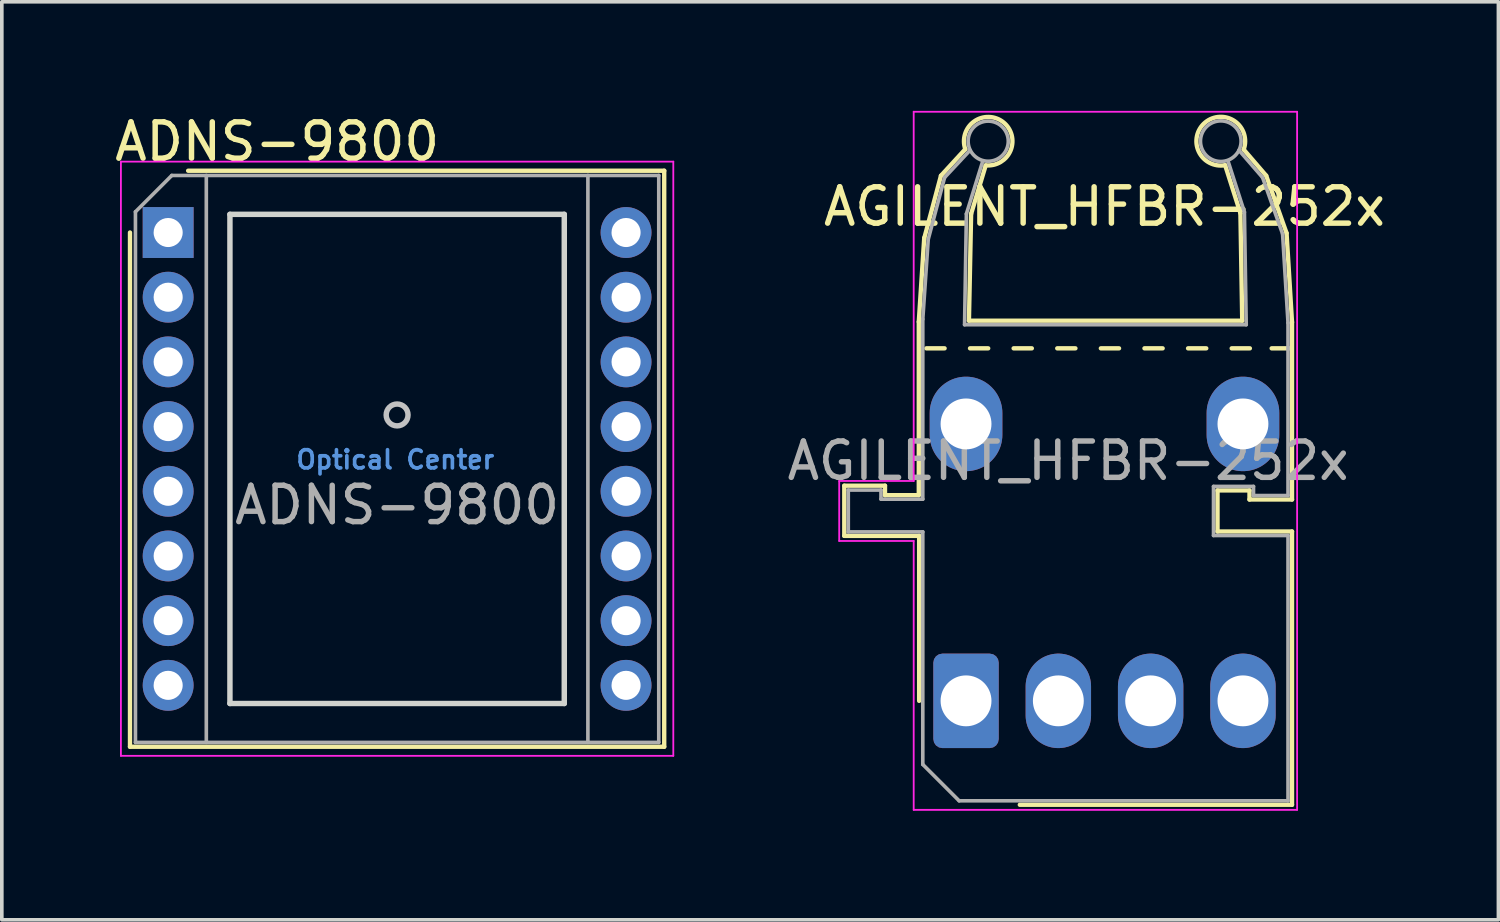
<source format=kicad_pcb>
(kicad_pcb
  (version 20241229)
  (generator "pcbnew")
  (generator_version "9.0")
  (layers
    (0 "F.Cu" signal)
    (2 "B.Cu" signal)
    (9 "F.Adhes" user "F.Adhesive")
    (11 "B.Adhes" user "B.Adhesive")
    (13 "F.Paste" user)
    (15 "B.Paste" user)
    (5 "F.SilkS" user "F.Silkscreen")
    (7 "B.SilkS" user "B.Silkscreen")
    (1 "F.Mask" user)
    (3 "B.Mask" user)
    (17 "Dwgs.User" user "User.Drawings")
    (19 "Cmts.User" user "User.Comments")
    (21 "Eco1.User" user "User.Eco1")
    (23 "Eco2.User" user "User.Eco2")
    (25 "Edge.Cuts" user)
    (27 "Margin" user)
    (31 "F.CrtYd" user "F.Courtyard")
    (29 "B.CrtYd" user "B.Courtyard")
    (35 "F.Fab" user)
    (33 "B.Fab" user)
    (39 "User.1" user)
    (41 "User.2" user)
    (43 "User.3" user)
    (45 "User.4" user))
  (footprint "ADNS-9800"
    (layer "F.Cu")
    (at 1.577 3.348)
    (property "Reference" "ADNS-9800" (at 3 -2.5 180) (layer "F.SilkS") (effects (font (size 1 1) (thickness 0.15))))
    (attr through_hole)
    (fp_line (start -1.05 14.15) (end -1.05 0) (stroke (width 0.12) (type solid)) (layer "F.SilkS"))
    (fp_line (start 0.55 -1.7) (end 13.65 -1.7) (stroke (width 0.12) (type solid)) (layer "F.SilkS"))
    (fp_line (start 13.65 -1.7) (end 13.65 14.15) (stroke (width 0.12) (type solid)) (layer "F.SilkS"))
    (fp_line (start 13.65 14.15) (end -1.05 14.15) (stroke (width 0.12) (type solid)) (layer "F.SilkS"))
    (fp_circle (center 6.3 5.02) (end 6 5) (stroke (width 0.15) (type solid)) (fill no) (layer "Dwgs.User"))
    (fp_line (start 1.7 -0.5) (end 10.9 -0.5) (stroke (width 0.15) (type solid)) (layer "Edge.Cuts"))
    (fp_line (start 1.7 12.96) (end 1.7 -0.5) (stroke (width 0.15) (type solid)) (layer "Edge.Cuts"))
    (fp_line (start 10.9 -0.5) (end 10.9 12.96) (stroke (width 0.15) (type solid)) (layer "Edge.Cuts"))
    (fp_line (start 10.9 12.96) (end 1.7 12.96) (stroke (width 0.15) (type solid)) (layer "Edge.Cuts"))
    (fp_line (start -1.3 -1.95) (end 13.9 -1.95) (stroke (width 0.05) (type solid)) (layer "F.CrtYd"))
    (fp_line (start -1.3 14.4) (end -1.3 -1.95) (stroke (width 0.05) (type solid)) (layer "F.CrtYd"))
    (fp_line (start 13.9 -1.95) (end 13.9 14.4) (stroke (width 0.05) (type solid)) (layer "F.CrtYd"))
    (fp_line (start 13.9 14.4) (end -1.3 14.4) (stroke (width 0.05) (type solid)) (layer "F.CrtYd"))
    (fp_line (start -0.9 14.03) (end -0.9 -0.57) (stroke (width 0.1) (type solid)) (layer "F.Fab"))
    (fp_line (start 0.1 -1.57) (end -0.9 -0.57) (stroke (width 0.1) (type solid)) (layer "F.Fab"))
    (fp_line (start 0.1 -1.57) (end 13.5 -1.57) (stroke (width 0.1) (type solid)) (layer "F.Fab"))
    (fp_line (start 1.05 -1.57) (end 1.05 14.03) (stroke (width 0.1) (type solid)) (layer "F.Fab"))
    (fp_line (start 11.55 -1.57) (end 11.55 14.03) (stroke (width 0.1) (type solid)) (layer "F.Fab"))
    (fp_line (start 13.5 -1.57) (end 13.5 14.03) (stroke (width 0.1) (type solid)) (layer "F.Fab"))
    (fp_line (start 13.5 14.03) (end -0.9 14.03) (stroke (width 0.1) (type solid)) (layer "F.Fab"))
    (fp_text user "Optical Center" (at 6.25 6.25 180) (layer "Cmts.User") (effects (font (size 0.5 0.5) (thickness 0.1))))
    (fp_text user "${REFERENCE}" (at 6.3 7.5 0) (layer "F.Fab") (effects (font (size 1 1) (thickness 0.15))))
    (pad "1" thru_hole rect (at 0 0) (size 1.4 1.4) (drill 0.8) (layers "*.Cu" "*.Mask"))
    (pad "2" thru_hole circle (at 0 1.78) (size 1.4 1.4) (drill 0.8) (layers "*.Cu" "*.Mask"))
    (pad "3" thru_hole circle (at 0 3.56) (size 1.4 1.4) (drill 0.8) (layers "*.Cu" "*.Mask"))
    (pad "4" thru_hole circle (at 0 5.34) (size 1.4 1.4) (drill 0.8) (layers "*.Cu" "*.Mask"))
    (pad "5" thru_hole circle (at 0 7.12) (size 1.4 1.4) (drill 0.8) (layers "*.Cu" "*.Mask"))
    (pad "6" thru_hole circle (at 0 8.9) (size 1.4 1.4) (drill 0.8) (layers "*.Cu" "*.Mask"))
    (pad "7" thru_hole circle (at 0 10.68) (size 1.4 1.4) (drill 0.8) (layers "*.Cu" "*.Mask"))
    (pad "8" thru_hole circle (at 0 12.46) (size 1.4 1.4) (drill 0.8) (layers "*.Cu" "*.Mask"))
    (pad "9" thru_hole circle (at 12.6 12.46) (size 1.4 1.4) (drill 0.8) (layers "*.Cu" "*.Mask"))
    (pad "10" thru_hole circle (at 12.6 10.68) (size 1.4 1.4) (drill 0.8) (layers "*.Cu" "*.Mask"))
    (pad "11" thru_hole circle (at 12.6 8.9) (size 1.4 1.4) (drill 0.8) (layers "*.Cu" "*.Mask"))
    (pad "12" thru_hole circle (at 12.6 7.12) (size 1.4 1.4) (drill 0.8) (layers "*.Cu" "*.Mask"))
    (pad "13" thru_hole circle (at 12.6 5.34) (size 1.4 1.4) (drill 0.8) (layers "*.Cu" "*.Mask"))
    (pad "14" thru_hole circle (at 12.6 3.56) (size 1.4 1.4) (drill 0.8) (layers "*.Cu" "*.Mask"))
    (pad "15" thru_hole circle (at 12.6 1.78) (size 1.4 1.4) (drill 0.8) (layers "*.Cu" "*.Mask"))
    (pad "16" thru_hole circle (at 12.6 0) (size 1.4 1.4) (drill 0.8) (layers "*.Cu" "*.Mask")))
  (footprint "AGILENT_HFBR-252x"
    (layer "F.Cu")
    (at 23.532 16.235)
    (property "Reference" "AGILENT_HFBR-252x" (at 3.81 -13.6 0) (layer "F.SilkS") (effects (font (size 1 1) (thickness 0.15))))
    (attr through_hole)
    (fp_line (start -3.35 -5.92) (end -2.23 -5.92) (stroke (width 0.12) (type solid)) (layer "F.SilkS"))
    (fp_line (start -3.35 -4.54) (end -3.35 -5.92) (stroke (width 0.12) (type solid)) (layer "F.SilkS"))
    (fp_line (start -2.23 -5.66) (end -2.23 -5.92) (stroke (width 0.12) (type solid)) (layer "F.SilkS"))
    (fp_line (start -2.23 -5.66) (end -1.3 -5.66) (stroke (width 0.12) (type solid)) (layer "F.SilkS"))
    (fp_line (start -1.3 -10.43) (end -1.15 -12.74) (stroke (width 0.12) (type solid)) (layer "F.SilkS"))
    (fp_line (start -1.3 -5.66) (end -1.3 -10.43) (stroke (width 0.12) (type solid)) (layer "F.SilkS"))
    (fp_line (start -1.29 -4.54) (end -3.35 -4.54) (stroke (width 0.12) (type solid)) (layer "F.SilkS"))
    (fp_line (start -1.29 -4.54) (end -1.29 0.000043) (stroke (width 0.12) (type solid)) (layer "F.SilkS"))
    (fp_line (start -1.15 -12.73) (end -0.69 -14.45) (stroke (width 0.12) (type solid)) (layer "F.SilkS"))
    (fp_line (start -0.69 -14.45) (end -0.02 -15.18) (stroke (width 0.12) (type solid)) (layer "F.SilkS"))
    (fp_line (start -0.59 -9.7) (end -1.09 -9.7) (stroke (width 0.12) (type solid)) (layer "F.SilkS"))
    (fp_line (start 0.08 -10.46) (end 0.14 -13.4) (stroke (width 0.12) (type solid)) (layer "F.SilkS"))
    (fp_line (start 0.14 -13.4) (end 0.54 -14.73) (stroke (width 0.12) (type solid)) (layer "F.SilkS"))
    (fp_line (start 0.61 -9.7) (end 0.11 -9.7) (stroke (width 0.12) (type solid)) (layer "F.SilkS"))
    (fp_line (start 1.48 2.86) (end 8.97 2.86) (stroke (width 0.12) (type solid)) (layer "F.SilkS"))
    (fp_line (start 1.81 -9.7) (end 1.31 -9.7) (stroke (width 0.12) (type solid)) (layer "F.SilkS"))
    (fp_line (start 3.01 -9.7) (end 2.51 -9.7) (stroke (width 0.12) (type solid)) (layer "F.SilkS"))
    (fp_line (start 4.21 -9.7) (end 3.71 -9.7) (stroke (width 0.12) (type solid)) (layer "F.SilkS"))
    (fp_line (start 5.41 -9.7) (end 4.91 -9.7) (stroke (width 0.12) (type solid)) (layer "F.SilkS"))
    (fp_line (start 6.61 -9.7) (end 6.11 -9.7) (stroke (width 0.12) (type solid)) (layer "F.SilkS"))
    (fp_line (start 6.92 -5.79) (end 7.8 -5.79) (stroke (width 0.12) (type solid)) (layer "F.SilkS"))
    (fp_line (start 6.92 -4.66) (end 6.92 -5.79) (stroke (width 0.12) (type solid)) (layer "F.SilkS"))
    (fp_line (start 7.55 -13.42) (end 7.13 -14.74) (stroke (width 0.12) (type solid)) (layer "F.SilkS"))
    (fp_line (start 7.6 -10.46) (end 0.08 -10.46) (stroke (width 0.12) (type solid)) (layer "F.SilkS"))
    (fp_line (start 7.6 -10.46) (end 7.55 -13.42) (stroke (width 0.12) (type solid)) (layer "F.SilkS"))
    (fp_line (start 7.8 -5.54) (end 7.8 -5.79) (stroke (width 0.12) (type solid)) (layer "F.SilkS"))
    (fp_line (start 7.8 -5.54) (end 8.97 -5.54) (stroke (width 0.12) (type solid)) (layer "F.SilkS"))
    (fp_line (start 7.81 -9.7) (end 7.31 -9.7) (stroke (width 0.12) (type solid)) (layer "F.SilkS"))
    (fp_line (start 8.26 -14.45) (end 7.64 -15.17) (stroke (width 0.12) (type solid)) (layer "F.SilkS"))
    (fp_line (start 8.82 -12.87) (end 8.26 -14.45) (stroke (width 0.12) (type solid)) (layer "F.SilkS"))
    (fp_line (start 8.91 -9.7) (end 8.41 -9.7) (stroke (width 0.12) (type solid)) (layer "F.SilkS"))
    (fp_line (start 8.97 -10.42) (end 8.82 -12.87) (stroke (width 0.12) (type solid)) (layer "F.SilkS"))
    (fp_line (start 8.97 -5.54) (end 8.97 -10.42) (stroke (width 0.12) (type solid)) (layer "F.SilkS"))
    (fp_line (start 8.97 -4.66) (end 6.92 -4.66) (stroke (width 0.12) (type solid)) (layer "F.SilkS"))
    (fp_line (start 8.97 2.86) (end 8.97 -4.66) (stroke (width 0.12) (type solid)) (layer "F.SilkS"))
    (fp_arc (start -0.02 -15.18) (mid 1.024518 -15.922948) (end 0.53962 -14.736414) (stroke (width 0.12) (type solid)) (layer "F.SilkS"))
    (fp_arc (start 7.129973 -14.740147) (mid 6.577787 -15.912827) (end 7.64 -15.17) (stroke (width 0.12) (type solid)) (layer "F.SilkS"))
    (fp_line (start -3.49 -6.05) (end -3.49 -4.4) (stroke (width 0.05) (type solid)) (layer "F.CrtYd"))
    (fp_line (start -3.49 -4.4) (end -1.44 -4.4) (stroke (width 0.05) (type solid)) (layer "F.CrtYd"))
    (fp_line (start -1.44 -16.21) (end -1.44 -6.05) (stroke (width 0.05) (type solid)) (layer "F.CrtYd"))
    (fp_line (start -1.44 -16.21) (end 9.11 -16.21) (stroke (width 0.05) (type solid)) (layer "F.CrtYd"))
    (fp_line (start -1.44 -6.05) (end -3.49 -6.05) (stroke (width 0.05) (type solid)) (layer "F.CrtYd"))
    (fp_line (start -1.44 -4.4) (end -1.44 3) (stroke (width 0.05) (type solid)) (layer "F.CrtYd"))
    (fp_line (start 9.11 3) (end -1.44 3) (stroke (width 0.05) (type solid)) (layer "F.CrtYd"))
    (fp_line (start 9.11 3) (end 9.11 -16.21) (stroke (width 0.05) (type solid)) (layer "F.CrtYd"))
    (fp_line (start -3.24 -5.8) (end -3.24 -4.65) (stroke (width 0.1) (type solid)) (layer "F.Fab"))
    (fp_line (start -3.24 -4.65) (end -1.19 -4.65) (stroke (width 0.1) (type solid)) (layer "F.Fab"))
    (fp_line (start -2.34 -5.8) (end -3.24 -5.8) (stroke (width 0.1) (type solid)) (layer "F.Fab"))
    (fp_line (start -2.34 -5.55) (end -2.34 -5.8) (stroke (width 0.1) (type solid)) (layer "F.Fab"))
    (fp_line (start -1.19 -10.5) (end -1.19 -5.55) (stroke (width 0.1) (type solid)) (layer "F.Fab"))
    (fp_line (start -1.19 -5.55) (end -2.34 -5.55) (stroke (width 0.1) (type solid)) (layer "F.Fab"))
    (fp_line (start -1.19 -4.65) (end -1.19 1.75) (stroke (width 0.1) (type solid)) (layer "F.Fab"))
    (fp_line (start -1.04 -12.7) (end -1.19 -10.5) (stroke (width 0.1) (type solid)) (layer "F.Fab"))
    (fp_line (start -0.59 -14.4) (end -1.04 -12.7) (stroke (width 0.1) (type solid)) (layer "F.Fab"))
    (fp_line (start -0.19 2.75) (end -1.19 1.75) (stroke (width 0.1) (type solid)) (layer "F.Fab"))
    (fp_line (start -0.19 2.75) (end 8.86 2.75) (stroke (width 0.1) (type solid)) (layer "F.Fab"))
    (fp_line (start -0.04 -10.35) (end 0.01 -13.4) (stroke (width 0.1) (type solid)) (layer "F.Fab"))
    (fp_line (start 0.01 -13.4) (end 0.46 -14.85) (stroke (width 0.1) (type solid)) (layer "F.Fab"))
    (fp_line (start 0.11 -15.15) (end -0.59 -14.4) (stroke (width 0.1) (type solid)) (layer "F.Fab"))
    (fp_line (start 6.81 -5.9) (end 7.91 -5.9) (stroke (width 0.1) (type solid)) (layer "F.Fab"))
    (fp_line (start 6.81 -4.55) (end 6.81 -5.9) (stroke (width 0.1) (type solid)) (layer "F.Fab"))
    (fp_line (start 7.21 -14.85) (end 7.66 -13.45) (stroke (width 0.1) (type solid)) (layer "F.Fab"))
    (fp_line (start 7.66 -13.45) (end 7.71 -10.35) (stroke (width 0.1) (type solid)) (layer "F.Fab"))
    (fp_line (start 7.71 -10.35) (end -0.04 -10.35) (stroke (width 0.1) (type solid)) (layer "F.Fab"))
    (fp_line (start 7.91 -5.9) (end 7.91 -5.65) (stroke (width 0.1) (type solid)) (layer "F.Fab"))
    (fp_line (start 7.91 -5.65) (end 8.86 -5.65) (stroke (width 0.1) (type solid)) (layer "F.Fab"))
    (fp_line (start 8.16 -14.4) (end 7.51 -15.15) (stroke (width 0.1) (type solid)) (layer "F.Fab"))
    (fp_line (start 8.71 -12.85) (end 8.16 -14.4) (stroke (width 0.1) (type solid)) (layer "F.Fab"))
    (fp_line (start 8.86 -10.4) (end 8.71 -12.85) (stroke (width 0.1) (type solid)) (layer "F.Fab"))
    (fp_line (start 8.86 -5.65) (end 8.86 -10.4) (stroke (width 0.1) (type solid)) (layer "F.Fab"))
    (fp_line (start 8.86 -4.55) (end 6.81 -4.55) (stroke (width 0.1) (type solid)) (layer "F.Fab"))
    (fp_line (start 8.86 2.75) (end 8.86 -4.55) (stroke (width 0.1) (type solid)) (layer "F.Fab"))
    (fp_circle (center 0.61 -15.4) (end 0.66 -14.85) (stroke (width 0.1) (type solid)) (fill no) (layer "F.Fab"))
    (fp_circle (center 7.01 -15.4) (end 7.51 -15.15) (stroke (width 0.1) (type solid)) (fill no) (layer "F.Fab"))
    (fp_text user "${REFERENCE}" (at 2.81 -6.605 0) (layer "F.Fab") (effects (font (size 1 1) (thickness 0.15))))
    (pad "1" thru_hole roundrect (at 0 0) (size 1.8 2.6) (drill 1.4) (layers "*.Cu" "*.Mask") (roundrect_rratio 0.139))
    (pad "2" thru_hole oval (at 2.54 0) (size 1.8 2.6) (drill 1.4) (layers "*.Cu" "*.Mask"))
    (pad "3" thru_hole oval (at 5.08 0) (size 1.8 2.6) (drill 1.4) (layers "*.Cu" "*.Mask"))
    (pad "4" thru_hole oval (at 7.62 0) (size 1.8 2.6) (drill 1.4) (layers "*.Cu" "*.Mask"))
    (pad "5" thru_hole oval (at 7.62 -7.62) (size 2 2.6) (drill 1.4) (layers "*.Cu" "*.Mask"))
    (pad "6" thru_hole oval (at 0 -7.62) (size 2 2.6) (drill 1.4) (layers "*.Cu" "*.Mask")))
  (gr_rect
    (start -3 -3)
    (end 38.181 22.26)
    (stroke (width 0.1) (type default))
    (fill no)
    (layer "Edge.Cuts")))
</source>
